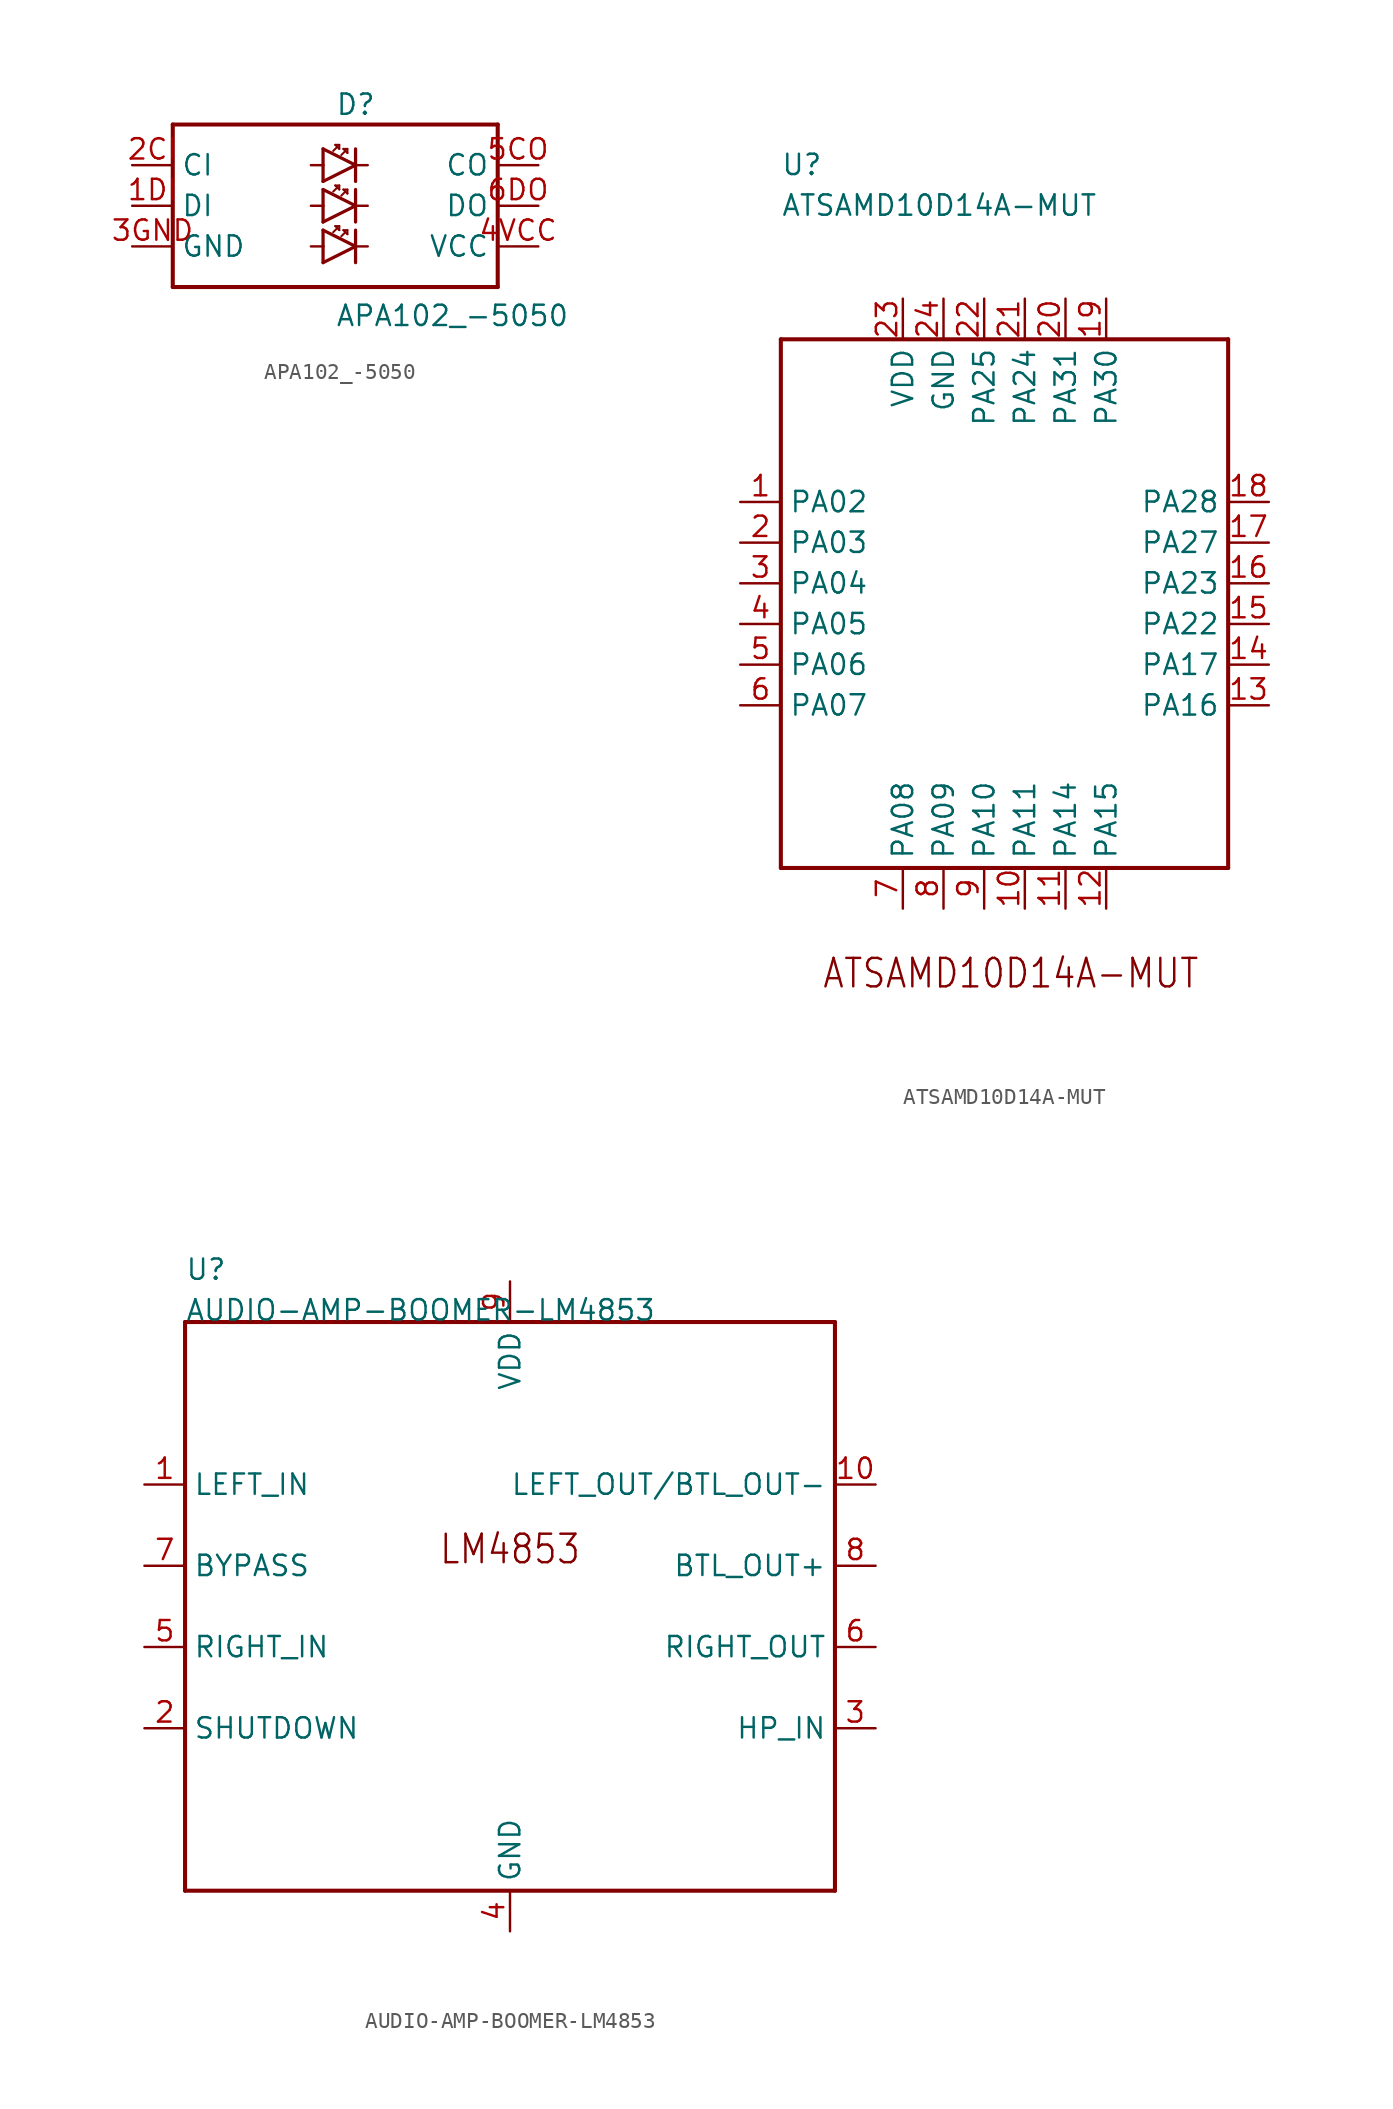
<source format=kicad_sym>
(kicad_symbol_lib
  (version 20211014)
  (generator kicad_symbol_editor)
  (symbol "APA102_-5050"
    (pin_names)
    (property "Reference" "D"
      (at 0 5.588 0)
      (effects (font (size 1.27 1.27)) (justify left bottom)))
    (property "Value" "APA102_-5050"
      (at 0 -7.62 0)
      (effects (font (size 1.27 1.27)) (justify left bottom)))
    (property "Datasheet" ""
      (at 0 0 0))
    (property "ki_description" "APA102 Addressable RGB LED     Datasheets:   2020    5050 "
      (at 0 0 0))
    (property "ki_fp_filters" "FlashPCB_ICs:APA102-5050"
      (at 0 0 0))
    (symbol "APA102_-5050_1_1"
      (polyline (pts (xy -10.16 5.08) (xy -10.16 -5.08)) (stroke (width 0.254)) (fill (type none)))
      (polyline (pts (xy -10.16 -5.08) (xy 10.16 -5.08)) (stroke (width 0.254)) (fill (type none)))
      (polyline (pts (xy 10.16 -5.08) (xy 10.16 5.08)) (stroke (width 0.254)) (fill (type none)))
      (polyline (pts (xy 10.16 5.08) (xy -10.16 5.08)) (stroke (width 0.254)) (fill (type none)))
      (polyline (pts (xy -0.762 3.556) (xy 1.27 2.54)) (stroke (width 0.203)) (fill (type none)))
      (polyline (pts (xy 1.27 2.54) (xy -0.762 1.524)) (stroke (width 0.203)) (fill (type none)))
      (polyline (pts (xy 1.27 3.556) (xy 1.27 2.54)) (stroke (width 0.203)) (fill (type none)))
      (polyline (pts (xy 1.27 2.54) (xy 1.27 1.524)) (stroke (width 0.203)) (fill (type none)))
      (polyline (pts (xy -0.762 3.556) (xy -0.762 2.54)) (stroke (width 0.203)) (fill (type none)))
      (polyline (pts (xy -0.762 2.54) (xy -0.762 1.524)) (stroke (width 0.203)) (fill (type none)))
      (polyline (pts (xy 1.27 2.54) (xy 2.032 2.54)) (stroke (width 0.152)) (fill (type none)))
      (polyline (pts (xy -0.762 1.016) (xy 1.27 0)) (stroke (width 0.203)) (fill (type none)))
      (polyline (pts (xy 1.27 0) (xy -0.762 -1.016)) (stroke (width 0.203)) (fill (type none)))
      (polyline (pts (xy 1.27 1.016) (xy 1.27 0)) (stroke (width 0.203)) (fill (type none)))
      (polyline (pts (xy 1.27 0) (xy 1.27 -1.016)) (stroke (width 0.203)) (fill (type none)))
      (polyline (pts (xy -0.762 1.016) (xy -0.762 0)) (stroke (width 0.203)) (fill (type none)))
      (polyline (pts (xy -0.762 0) (xy -0.762 -1.016)) (stroke (width 0.203)) (fill (type none)))
      (polyline (pts (xy 1.27 0) (xy 2.032 0)) (stroke (width 0.152)) (fill (type none)))
      (polyline (pts (xy -0.762 -1.524) (xy 1.27 -2.54)) (stroke (width 0.203)) (fill (type none)))
      (polyline (pts (xy 1.27 -2.54) (xy -0.762 -3.556)) (stroke (width 0.203)) (fill (type none)))
      (polyline (pts (xy 1.27 -1.524) (xy 1.27 -2.54)) (stroke (width 0.203)) (fill (type none)))
      (polyline (pts (xy 1.27 -2.54) (xy 1.27 -3.556)) (stroke (width 0.203)) (fill (type none)))
      (polyline (pts (xy -0.762 -1.524) (xy -0.762 -2.54)) (stroke (width 0.203)) (fill (type none)))
      (polyline (pts (xy -0.762 -2.54) (xy -0.762 -3.556)) (stroke (width 0.203)) (fill (type none)))
      (polyline (pts (xy 1.27 -2.54) (xy 2.032 -2.54)) (stroke (width 0.152)) (fill (type none)))
      (polyline (pts (xy -1.524 2.54) (xy -0.762 2.54)) (stroke (width 0.152)) (fill (type none)))
      (polyline (pts (xy -0.762 0) (xy -1.524 0)) (stroke (width 0.152)) (fill (type none)))
      (polyline (pts (xy -0.762 -2.54) (xy -1.524 -2.54)) (stroke (width 0.152)) (fill (type none)))
      (polyline (pts (xy 0.381 -1.905) (xy 0.635 -1.651)) (stroke (width 0.127)) (fill (type none)))
      (polyline (pts (xy 0.635 -1.651) (xy 0.762 -1.778)) (stroke (width 0.127)) (fill (type none)))
      (polyline (pts (xy 0.762 -1.778) (xy 0.762 -1.524)) (stroke (width 0.127)) (fill (type none)))
      (polyline (pts (xy 0.762 -1.524) (xy 0.508 -1.524)) (stroke (width 0.127)) (fill (type none)))
      (polyline (pts (xy 0.508 -1.524) (xy 0.635 -1.651)) (stroke (width 0.127)) (fill (type none)))
      (polyline (pts (xy -0.127 -1.651) (xy 0.127 -1.397)) (stroke (width 0.127)) (fill (type none)))
      (polyline (pts (xy 0.127 -1.397) (xy 0.254 -1.524)) (stroke (width 0.127)) (fill (type none)))
      (polyline (pts (xy 0.254 -1.524) (xy 0.254 -1.27)) (stroke (width 0.127)) (fill (type none)))
      (polyline (pts (xy 0.254 -1.27) (xy 0 -1.27)) (stroke (width 0.127)) (fill (type none)))
      (polyline (pts (xy 0 -1.27) (xy 0.127 -1.397)) (stroke (width 0.127)) (fill (type none)))
      (polyline (pts (xy 0.381 0.635) (xy 0.635 0.889)) (stroke (width 0.127)) (fill (type none)))
      (polyline (pts (xy 0.635 0.889) (xy 0.762 0.762)) (stroke (width 0.127)) (fill (type none)))
      (polyline (pts (xy 0.762 0.762) (xy 0.762 1.016)) (stroke (width 0.127)) (fill (type none)))
      (polyline (pts (xy 0.762 1.016) (xy 0.508 1.016)) (stroke (width 0.127)) (fill (type none)))
      (polyline (pts (xy 0.508 1.016) (xy 0.635 0.889)) (stroke (width 0.127)) (fill (type none)))
      (polyline (pts (xy -0.127 0.889) (xy 0.127 1.143)) (stroke (width 0.127)) (fill (type none)))
      (polyline (pts (xy 0.127 1.143) (xy 0.254 1.016)) (stroke (width 0.127)) (fill (type none)))
      (polyline (pts (xy 0.254 1.016) (xy 0.254 1.27)) (stroke (width 0.127)) (fill (type none)))
      (polyline (pts (xy 0.254 1.27) (xy 0 1.27)) (stroke (width 0.127)) (fill (type none)))
      (polyline (pts (xy 0 1.27) (xy 0.127 1.143)) (stroke (width 0.127)) (fill (type none)))
      (polyline (pts (xy 0.381 3.175) (xy 0.635 3.429)) (stroke (width 0.127)) (fill (type none)))
      (polyline (pts (xy 0.635 3.429) (xy 0.762 3.302)) (stroke (width 0.127)) (fill (type none)))
      (polyline (pts (xy 0.762 3.302) (xy 0.762 3.556)) (stroke (width 0.127)) (fill (type none)))
      (polyline (pts (xy 0.762 3.556) (xy 0.508 3.556)) (stroke (width 0.127)) (fill (type none)))
      (polyline (pts (xy 0.508 3.556) (xy 0.635 3.429)) (stroke (width 0.127)) (fill (type none)))
      (polyline (pts (xy -0.127 3.429) (xy 0.127 3.683)) (stroke (width 0.127)) (fill (type none)))
      (polyline (pts (xy 0.127 3.683) (xy 0.254 3.556)) (stroke (width 0.127)) (fill (type none)))
      (polyline (pts (xy 0.254 3.556) (xy 0.254 3.81)) (stroke (width 0.127)) (fill (type none)))
      (polyline (pts (xy 0.254 3.81) (xy 0 3.81)) (stroke (width 0.127)) (fill (type none)))
      (polyline (pts (xy 0 3.81) (xy 0.127 3.683)) (stroke (width 0.127)) (fill (type none)))
      (pin bidirectional line (at 12.7 2.54 180) (length 2.54) (name "CO" (effects (font (size 1.27 1.27)))) (number "5CO" (effects (font (size 1.27 1.27)))))
      (pin bidirectional line (at -12.7 0 0) (length 2.54) (name "DI" (effects (font (size 1.27 1.27)))) (number "1DI" (effects (font (size 1.27 1.27)))))
      (pin bidirectional line (at -12.7 2.54 0) (length 2.54) (name "CI" (effects (font (size 1.27 1.27)))) (number "2CI" (effects (font (size 1.27 1.27)))))
      (pin bidirectional line (at -12.7 -2.54 0) (length 2.54) (name "GND" (effects (font (size 1.27 1.27)))) (number "3GND" (effects (font (size 1.27 1.27)))))
      (pin bidirectional line (at 12.7 0 180) (length 2.54) (name "DO" (effects (font (size 1.27 1.27)))) (number "6DO" (effects (font (size 1.27 1.27)))))
      (pin bidirectional line (at 12.7 -2.54 180) (length 2.54) (name "VCC" (effects (font (size 1.27 1.27)))) (number "4VCC" (effects (font (size 1.27 1.27)))))))
  (symbol "ATSAMD10D14A-MUT"
    (pin_names)
    (property "Reference" "U"
      (at -15.24 27.94 0)
      (effects (font (size 1.27 1.27)) (justify left bottom)))
    (property "Value" "ATSAMD10D14A-MUT"
      (at -15.24 25.4 0)
      (effects (font (size 1.27 1.27)) (justify left bottom)))
    (property "Datasheet" ""
      (at 0 0 0))
    (property "ki_description" "ATSAMD10D14A-MUT  -ARMÃƒÆ’Ã¢â‚¬Å¡Ãƒâ€šÃ‚Â® CortexÃƒÆ’Ã¢â‚¬Å¡Ãƒâ€šÃ‚Â®-M0+ series Microcontroller IC 32-Bit Single-Core 48MHz 16KB (16K x 8) FLASH 24-QFN (4x4)   Technical Specifications:    Core Processor: ARMÃƒÆ’Ã¢â‚¬Å¡Ãƒâ€šÃ‚Â® CortexÃƒÆ’Ã¢â‚¬Å¡Ãƒâ€šÃ‚Â®-M0+   Speed: 48MHz       Component Search:  [DATA SHEET NAME]   Datasheet:  SAMD10 "
      (at 0 0 0))
    (property "ki_fp_filters" "FlashPCB_ICs:24-QFN(4X4)"
      (at 0 0 0))
    (symbol "ATSAMD10D14A-MUT_1_1"
      (text "ATSAMD10D14A-MUT" (at -12.7 -22.86 0) (effects (font (size 1.778 1.52)) (justify left bottom)))
      (polyline (pts (xy -15.24 17.78) (xy 12.7 17.78)) (stroke (width 0.254)) (fill (type none)))
      (polyline (pts (xy 12.7 17.78) (xy 12.7 -15.24)) (stroke (width 0.254)) (fill (type none)))
      (polyline (pts (xy 12.7 -15.24) (xy -15.24 -15.24)) (stroke (width 0.254)) (fill (type none)))
      (polyline (pts (xy -15.24 -15.24) (xy -15.24 17.78)) (stroke (width 0.254)) (fill (type none)))
      (pin bidirectional line (at -17.78 7.62 0) (length 2.54) (name "PA02" (effects (font (size 1.27 1.27)))) (number "1" (effects (font (size 1.27 1.27)))))
      (pin bidirectional line (at -17.78 5.08 0) (length 2.54) (name "PA03" (effects (font (size 1.27 1.27)))) (number "2" (effects (font (size 1.27 1.27)))))
      (pin bidirectional line (at -17.78 2.54 0) (length 2.54) (name "PA04" (effects (font (size 1.27 1.27)))) (number "3" (effects (font (size 1.27 1.27)))))
      (pin bidirectional line (at -17.78 0 0) (length 2.54) (name "PA05" (effects (font (size 1.27 1.27)))) (number "4" (effects (font (size 1.27 1.27)))))
      (pin bidirectional line (at -17.78 -2.54 0) (length 2.54) (name "PA06" (effects (font (size 1.27 1.27)))) (number "5" (effects (font (size 1.27 1.27)))))
      (pin bidirectional line (at -17.78 -5.08 0) (length 2.54) (name "PA07" (effects (font (size 1.27 1.27)))) (number "6" (effects (font (size 1.27 1.27)))))
      (pin bidirectional line (at -7.62 -17.78 90) (length 2.54) (name "PA08" (effects (font (size 1.27 1.27)))) (number "7" (effects (font (size 1.27 1.27)))))
      (pin bidirectional line (at -5.08 -17.78 90) (length 2.54) (name "PA09" (effects (font (size 1.27 1.27)))) (number "8" (effects (font (size 1.27 1.27)))))
      (pin bidirectional line (at -2.54 -17.78 90) (length 2.54) (name "PA10" (effects (font (size 1.27 1.27)))) (number "9" (effects (font (size 1.27 1.27)))))
      (pin bidirectional line (at 0 -17.78 90) (length 2.54) (name "PA11" (effects (font (size 1.27 1.27)))) (number "10" (effects (font (size 1.27 1.27)))))
      (pin bidirectional line (at 2.54 -17.78 90) (length 2.54) (name "PA14" (effects (font (size 1.27 1.27)))) (number "11" (effects (font (size 1.27 1.27)))))
      (pin bidirectional line (at 5.08 -17.78 90) (length 2.54) (name "PA15" (effects (font (size 1.27 1.27)))) (number "12" (effects (font (size 1.27 1.27)))))
      (pin bidirectional line (at 15.24 -5.08 180) (length 2.54) (name "PA16" (effects (font (size 1.27 1.27)))) (number "13" (effects (font (size 1.27 1.27)))))
      (pin bidirectional line (at 15.24 -2.54 180) (length 2.54) (name "PA17" (effects (font (size 1.27 1.27)))) (number "14" (effects (font (size 1.27 1.27)))))
      (pin bidirectional line (at 15.24 0 180) (length 2.54) (name "PA22" (effects (font (size 1.27 1.27)))) (number "15" (effects (font (size 1.27 1.27)))))
      (pin bidirectional line (at 15.24 2.54 180) (length 2.54) (name "PA23" (effects (font (size 1.27 1.27)))) (number "16" (effects (font (size 1.27 1.27)))))
      (pin bidirectional line (at 15.24 5.08 180) (length 2.54) (name "PA27" (effects (font (size 1.27 1.27)))) (number "17" (effects (font (size 1.27 1.27)))))
      (pin bidirectional line (at 15.24 7.62 180) (length 2.54) (name "PA28" (effects (font (size 1.27 1.27)))) (number "18" (effects (font (size 1.27 1.27)))))
      (pin bidirectional line (at 5.08 20.32 270) (length 2.54) (name "PA30" (effects (font (size 1.27 1.27)))) (number "19" (effects (font (size 1.27 1.27)))))
      (pin bidirectional line (at 2.54 20.32 270) (length 2.54) (name "PA31" (effects (font (size 1.27 1.27)))) (number "20" (effects (font (size 1.27 1.27)))))
      (pin bidirectional line (at 0 20.32 270) (length 2.54) (name "PA24" (effects (font (size 1.27 1.27)))) (number "21" (effects (font (size 1.27 1.27)))))
      (pin bidirectional line (at -2.54 20.32 270) (length 2.54) (name "PA25" (effects (font (size 1.27 1.27)))) (number "22" (effects (font (size 1.27 1.27)))))
      (pin power_in line (at -5.08 20.32 270) (length 2.54) (name "GND" (effects (font (size 1.27 1.27)))) (number "24" (effects (font (size 1.27 1.27)))))
      (pin power_in line (at -7.62 20.32 270) (length 2.54) (name "VDD" (effects (font (size 1.27 1.27)))) (number "23" (effects (font (size 1.27 1.27)))))))
  (symbol "AUDIO-AMP-BOOMER-LM4853"
    (pin_names)
    (property "Reference" "U"
      (at -20.32 20.32 0)
      (effects (font (size 1.27 1.27)) (justify left bottom)))
    (property "Value" "AUDIO-AMP-BOOMER-LM4853"
      (at -20.32 17.78 0)
      (effects (font (size 1.27 1.27)) (justify left bottom)))
    (property "Datasheet" ""
      (at 0 0 0))
    (property "ki_description" "LM4853  - IC AMP CLSS AB MONO   Technical Specifications:    Amplifier IC 1-Channel (Mono) with Stereo Headphones Class AB   Mono 1.5W BTL or Sterio 300mW Output Amplifier   Headphone Sense Technology   \"Click and Pop\" Suppression   No Bootstrap Capacitors Required   Thermal Shutdown Protection>   Unity Gain Stable       Component Search:  LM4553   Datasheet:  LM4853   Mono 1.5 W / Stereo 300mW Power Amplifier datasheet (Rev. E)  "
      (at 0 0 0))
    (property "ki_fp_filters" "FlashPCB_ICs:10-VSSOP"
      (at 0 0 0))
    (symbol "AUDIO-AMP-BOOMER-LM4853_1_1"
      (text "LM4853" (at 0 2.54 0) (effects (font (size 1.778 1.52)) (justify bottom)))
      (polyline (pts (xy -20.32 17.78) (xy 20.32 17.78)) (stroke (width 0.254)) (fill (type none)))
      (polyline (pts (xy 20.32 17.78) (xy 20.32 -17.78)) (stroke (width 0.254)) (fill (type none)))
      (polyline (pts (xy 20.32 -17.78) (xy -20.32 -17.78)) (stroke (width 0.254)) (fill (type none)))
      (polyline (pts (xy -20.32 -17.78) (xy -20.32 17.78)) (stroke (width 0.254)) (fill (type none)))
      (pin bidirectional line (at -22.86 7.62 0) (length 2.54) (name "LEFT_IN" (effects (font (size 1.27 1.27)))) (number "1" (effects (font (size 1.27 1.27)))))
      (pin bidirectional line (at -22.86 2.54 0) (length 2.54) (name "BYPASS" (effects (font (size 1.27 1.27)))) (number "7" (effects (font (size 1.27 1.27)))))
      (pin bidirectional line (at -22.86 -2.54 0) (length 2.54) (name "RIGHT_IN" (effects (font (size 1.27 1.27)))) (number "5" (effects (font (size 1.27 1.27)))))
      (pin bidirectional line (at -22.86 -7.62 0) (length 2.54) (name "SHUTDOWN" (effects (font (size 1.27 1.27)))) (number "2" (effects (font (size 1.27 1.27)))))
      (pin bidirectional line (at 22.86 -7.62 180) (length 2.54) (name "HP_IN" (effects (font (size 1.27 1.27)))) (number "3" (effects (font (size 1.27 1.27)))))
      (pin bidirectional line (at 22.86 -2.54 180) (length 2.54) (name "RIGHT_OUT" (effects (font (size 1.27 1.27)))) (number "6" (effects (font (size 1.27 1.27)))))
      (pin bidirectional line (at 22.86 2.54 180) (length 2.54) (name "BTL_OUT+" (effects (font (size 1.27 1.27)))) (number "8" (effects (font (size 1.27 1.27)))))
      (pin bidirectional line (at 22.86 7.62 180) (length 2.54) (name "LEFT_OUT/BTL_OUT-" (effects (font (size 1.27 1.27)))) (number "10" (effects (font (size 1.27 1.27)))))
      (pin bidirectional line (at 0 -20.32 90) (length 2.54) (name "GND" (effects (font (size 1.27 1.27)))) (number "4" (effects (font (size 1.27 1.27)))))
      (pin bidirectional line (at 0 20.32 270) (length 2.54) (name "VDD" (effects (font (size 1.27 1.27)))) (number "9" (effects (font (size 1.27 1.27))))))))
</source>
